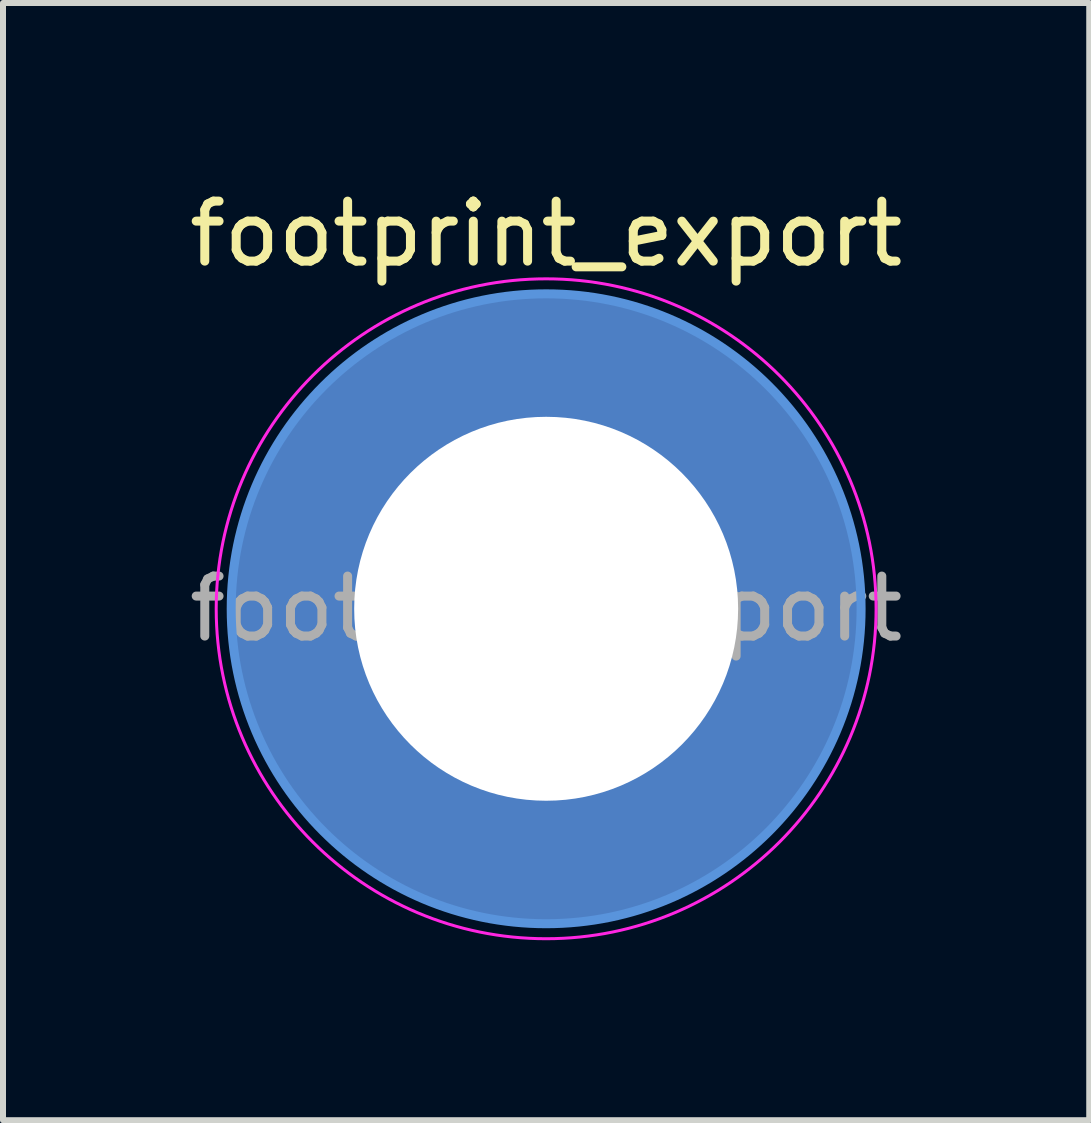
<source format=kicad_pcb>
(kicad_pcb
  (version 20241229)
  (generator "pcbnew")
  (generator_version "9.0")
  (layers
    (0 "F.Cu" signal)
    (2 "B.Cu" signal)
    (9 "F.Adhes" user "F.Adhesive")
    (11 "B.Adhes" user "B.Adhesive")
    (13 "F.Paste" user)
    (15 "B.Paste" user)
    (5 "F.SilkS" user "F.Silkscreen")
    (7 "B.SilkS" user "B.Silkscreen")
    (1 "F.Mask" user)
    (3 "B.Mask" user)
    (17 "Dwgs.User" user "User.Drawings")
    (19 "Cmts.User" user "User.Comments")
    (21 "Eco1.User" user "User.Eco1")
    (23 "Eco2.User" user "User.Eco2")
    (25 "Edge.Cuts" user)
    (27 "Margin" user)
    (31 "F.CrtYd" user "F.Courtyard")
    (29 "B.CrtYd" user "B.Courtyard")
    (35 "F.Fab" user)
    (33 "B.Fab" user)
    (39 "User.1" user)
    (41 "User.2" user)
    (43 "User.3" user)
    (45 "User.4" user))
  (footprint "footprint_export"
    (layer "F.Cu")
    (at 6.054 7.098)
    (property "Reference" "footprint_export" (at 0 -6.25 0) (layer "F.SilkS") (effects (font (size 1 1) (thickness 0.15))))
    (attr exclude_from_pos_files exclude_from_bom)
    (fp_circle (center 0 0) (end 5.25 0) (stroke (width 0.15) (type solid)) (fill no) (layer "Cmts.User"))
    (fp_circle (center 0 0) (end 5.5 0) (stroke (width 0.05) (type solid)) (fill no) (layer "F.CrtYd"))
    (fp_text user "${REFERENCE}" (at 0 0 0) (layer "F.Fab") (effects (font (size 1 1) (thickness 0.15))))
    (pad "1" thru_hole circle (at 0 0) (size 10.5 10.5) (drill 6.4) (layers "*.Cu" "*.Mask")))
  (gr_rect
    (start -3 -3)
    (end 15.107 15.623)
    (stroke (width 0.1) (type default))
    (fill no)
    (layer "Edge.Cuts")))
</source>
